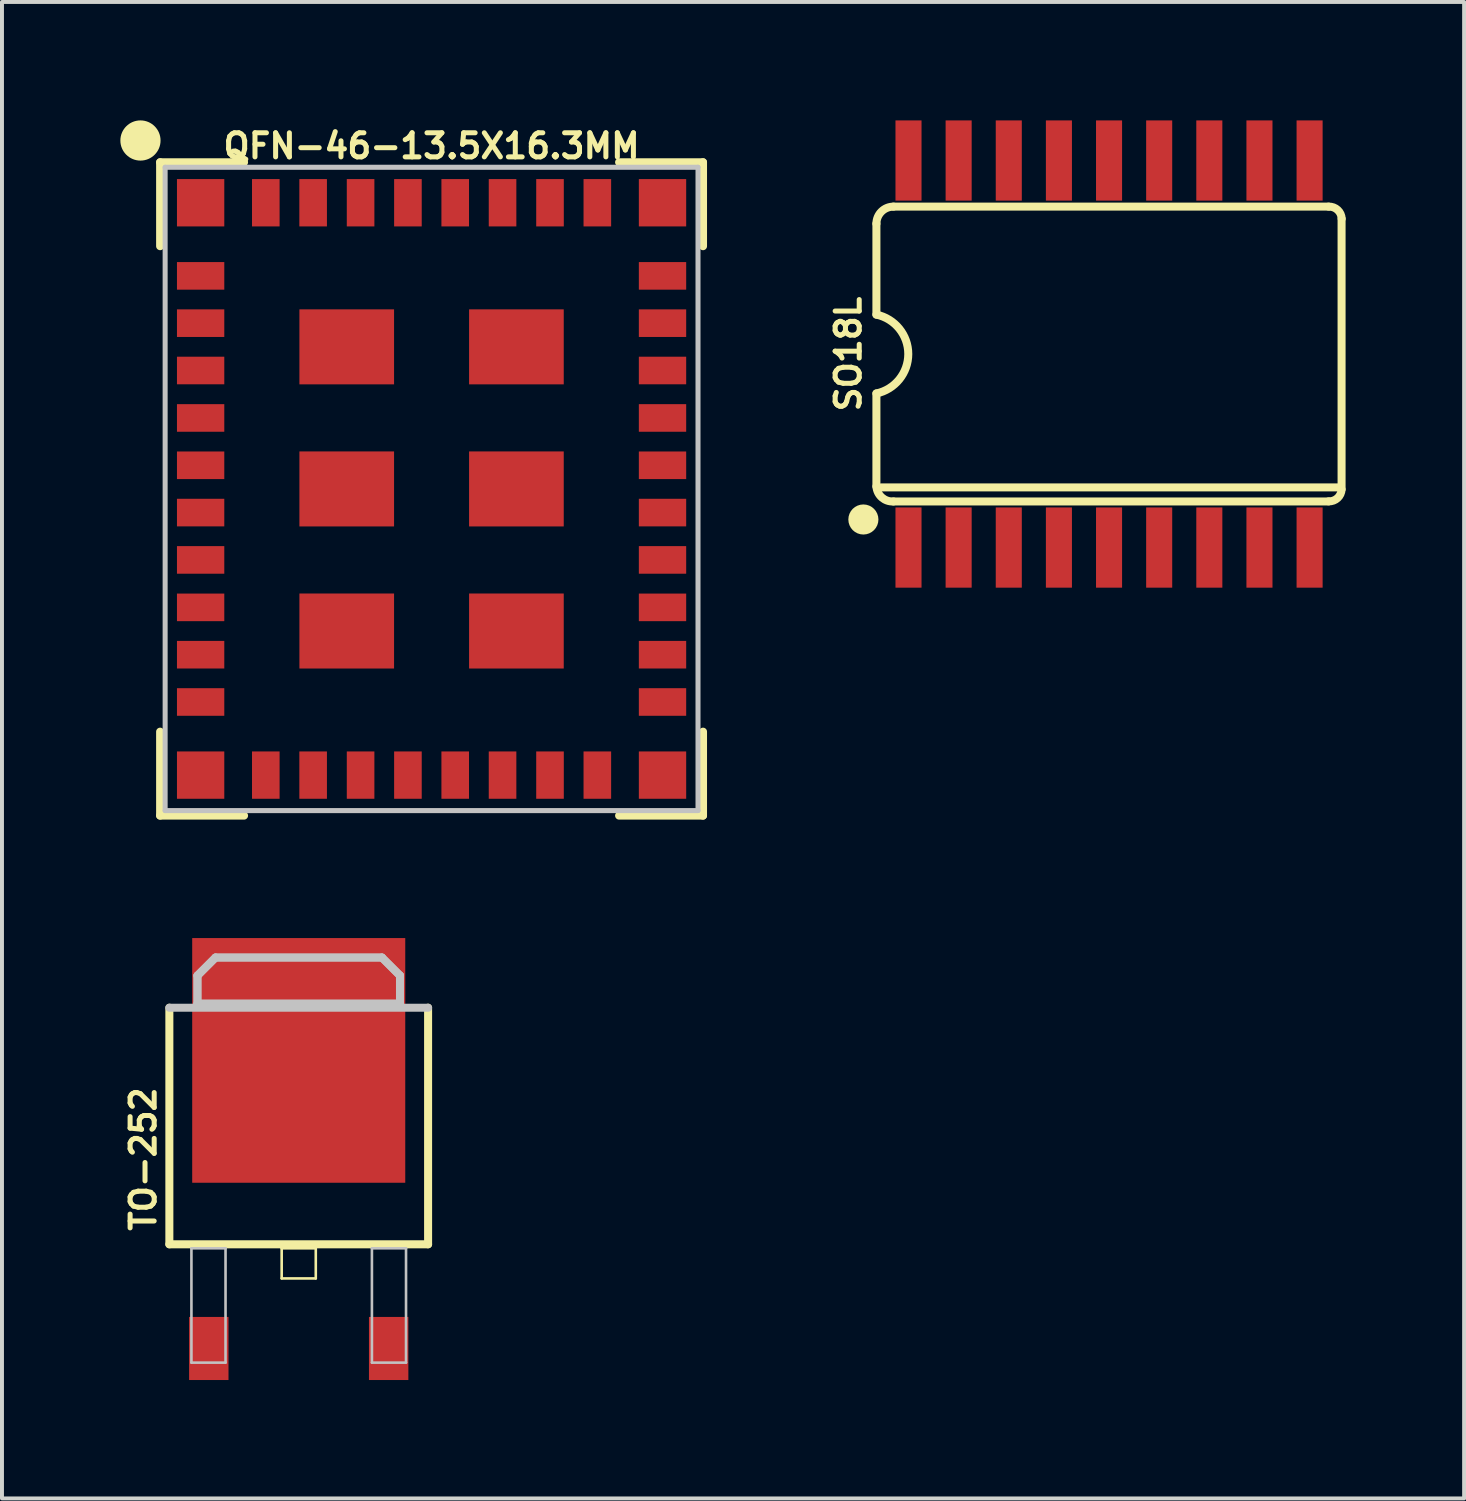
<source format=kicad_pcb>
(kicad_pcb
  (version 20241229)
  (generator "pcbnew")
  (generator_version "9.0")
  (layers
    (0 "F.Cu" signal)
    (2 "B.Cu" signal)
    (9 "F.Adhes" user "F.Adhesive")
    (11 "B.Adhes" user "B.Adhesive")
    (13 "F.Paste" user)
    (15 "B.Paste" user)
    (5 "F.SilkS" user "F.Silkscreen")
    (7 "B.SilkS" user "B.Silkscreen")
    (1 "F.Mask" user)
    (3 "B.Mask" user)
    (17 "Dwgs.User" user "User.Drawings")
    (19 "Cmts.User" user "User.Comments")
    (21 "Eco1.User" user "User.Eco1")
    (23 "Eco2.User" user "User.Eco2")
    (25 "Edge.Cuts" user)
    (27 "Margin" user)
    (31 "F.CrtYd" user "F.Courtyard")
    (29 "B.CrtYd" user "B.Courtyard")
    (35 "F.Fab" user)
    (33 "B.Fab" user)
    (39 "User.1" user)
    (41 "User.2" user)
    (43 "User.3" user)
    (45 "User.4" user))
  (footprint "QFN-46-13.5X16.3MM"
    (layer "F.Cu")
    (at 7.882 9.335)
    (property "Reference" "QFN-46-13.5X16.3MM" (at 0 -8.687 0) (layer "F.SilkS") (effects (font (size 0.61 0.61) (thickness 0.127))))
    (attr smd)
    (fp_line (start -6.876 -8.275) (end -4.75 -8.275) (stroke (width 0.203) (type solid)) (layer "F.SilkS"))
    (fp_line (start -6.876 -6.149) (end -6.876 -8.275) (stroke (width 0.203) (type solid)) (layer "F.SilkS"))
    (fp_line (start -6.876 8.275) (end -6.876 6.149) (stroke (width 0.203) (type solid)) (layer "F.SilkS"))
    (fp_line (start -4.75 8.275) (end -6.876 8.275) (stroke (width 0.203) (type solid)) (layer "F.SilkS"))
    (fp_line (start 4.75 -8.275) (end 6.876 -8.275) (stroke (width 0.203) (type solid)) (layer "F.SilkS"))
    (fp_line (start 6.876 -8.275) (end 6.876 -6.149) (stroke (width 0.203) (type solid)) (layer "F.SilkS"))
    (fp_line (start 6.876 6.149) (end 6.876 8.275) (stroke (width 0.203) (type solid)) (layer "F.SilkS"))
    (fp_line (start 6.876 8.275) (end 4.75 8.275) (stroke (width 0.203) (type solid)) (layer "F.SilkS"))
    (fp_circle (center -7.374 -8.826) (end -7.374 -9.335) (stroke (width 0) (type solid)) (fill yes) (layer "F.SilkS"))
    (fp_line (start -6.749 -8.148) (end 6.749 -8.148) (stroke (width 0.127) (type solid)) (layer "Dwgs.User"))
    (fp_line (start -6.749 8.148) (end -6.749 -8.148) (stroke (width 0.127) (type solid)) (layer "Dwgs.User"))
    (fp_line (start 6.749 -8.148) (end 6.749 8.148) (stroke (width 0.127) (type solid)) (layer "Dwgs.User"))
    (fp_line (start 6.749 8.148) (end -6.749 8.148) (stroke (width 0.127) (type solid)) (layer "Dwgs.User"))
    (pad "GND@" smd rect (at -5.85 -7.249) (size 1.199 1.199) (layers "F.Cu" "F.Mask" "F.Paste"))
    (pad "GND@" smd rect (at -5.85 7.249) (size 1.199 1.199) (layers "F.Cu" "F.Mask" "F.Paste"))
    (pad "GND@" smd rect (at -2.149 -3.599) (size 2.398 1.9) (layers "F.Cu" "F.Mask" "F.Paste"))
    (pad "GND@" smd rect (at -2.149 0) (size 2.398 1.9) (layers "F.Cu" "F.Mask" "F.Paste"))
    (pad "GND@" smd rect (at -2.149 3.599) (size 2.398 1.9) (layers "F.Cu" "F.Mask" "F.Paste"))
    (pad "GND@" smd rect (at 2.149 -3.599) (size 2.398 1.9) (layers "F.Cu" "F.Mask" "F.Paste"))
    (pad "GND@" smd rect (at 2.149 0) (size 2.398 1.9) (layers "F.Cu" "F.Mask" "F.Paste"))
    (pad "GND@" smd rect (at 2.149 3.599) (size 2.398 1.9) (layers "F.Cu" "F.Mask" "F.Paste"))
    (pad "GND@" smd rect (at 5.85 -7.249) (size 1.199 1.199) (layers "F.Cu" "F.Mask" "F.Paste"))
    (pad "GND@" smd rect (at 5.85 7.249) (size 1.199 1.199) (layers "F.Cu" "F.Mask" "F.Paste"))
    (pad "P$1" smd rect (at -5.85 -5.397) (size 1.199 0.699) (layers "F.Cu" "F.Mask" "F.Paste"))
    (pad "P$2" smd rect (at -5.85 -4.199) (size 1.199 0.699) (layers "F.Cu" "F.Mask" "F.Paste"))
    (pad "P$3" smd rect (at -5.85 -3) (size 1.199 0.699) (layers "F.Cu" "F.Mask" "F.Paste"))
    (pad "P$4" smd rect (at -5.85 -1.798) (size 1.199 0.699) (layers "F.Cu" "F.Mask" "F.Paste"))
    (pad "P$5" smd rect (at -5.85 -0.599) (size 1.199 0.699) (layers "F.Cu" "F.Mask" "F.Paste"))
    (pad "P$6" smd rect (at -5.85 0.599) (size 1.199 0.699) (layers "F.Cu" "F.Mask" "F.Paste"))
    (pad "P$7" smd rect (at -5.85 1.798) (size 1.199 0.699) (layers "F.Cu" "F.Mask" "F.Paste"))
    (pad "P$8" smd rect (at -5.85 3) (size 1.199 0.699) (layers "F.Cu" "F.Mask" "F.Paste"))
    (pad "P$9" smd rect (at -5.85 4.199) (size 1.199 0.699) (layers "F.Cu" "F.Mask" "F.Paste"))
    (pad "P$10" smd rect (at -5.85 5.397) (size 1.199 0.699) (layers "F.Cu" "F.Mask" "F.Paste"))
    (pad "P$11" smd rect (at -4.199 7.249 90) (size 1.199 0.699) (layers "F.Cu" "F.Mask" "F.Paste"))
    (pad "P$12" smd rect (at -3 7.249 90) (size 1.199 0.699) (layers "F.Cu" "F.Mask" "F.Paste"))
    (pad "P$13" smd rect (at -1.798 7.249 90) (size 1.199 0.699) (layers "F.Cu" "F.Mask" "F.Paste"))
    (pad "P$14" smd rect (at -0.599 7.249 90) (size 1.199 0.699) (layers "F.Cu" "F.Mask" "F.Paste"))
    (pad "P$15" smd rect (at 0.599 7.249 90) (size 1.199 0.699) (layers "F.Cu" "F.Mask" "F.Paste"))
    (pad "P$16" smd rect (at 1.798 7.249 90) (size 1.199 0.699) (layers "F.Cu" "F.Mask" "F.Paste"))
    (pad "P$17" smd rect (at 3 7.249 90) (size 1.199 0.699) (layers "F.Cu" "F.Mask" "F.Paste"))
    (pad "P$18" smd rect (at 4.199 7.249 90) (size 1.199 0.699) (layers "F.Cu" "F.Mask" "F.Paste"))
    (pad "P$19" smd rect (at 5.85 5.397) (size 1.199 0.699) (layers "F.Cu" "F.Mask" "F.Paste"))
    (pad "P$20" smd rect (at 5.85 4.199) (size 1.199 0.699) (layers "F.Cu" "F.Mask" "F.Paste"))
    (pad "P$21" smd rect (at 5.85 3) (size 1.199 0.699) (layers "F.Cu" "F.Mask" "F.Paste"))
    (pad "P$22" smd rect (at 5.85 1.798) (size 1.199 0.699) (layers "F.Cu" "F.Mask" "F.Paste"))
    (pad "P$23" smd rect (at 5.85 0.599) (size 1.199 0.699) (layers "F.Cu" "F.Mask" "F.Paste"))
    (pad "P$24" smd rect (at 5.85 -0.599) (size 1.199 0.699) (layers "F.Cu" "F.Mask" "F.Paste"))
    (pad "P$25" smd rect (at 5.85 -1.798) (size 1.199 0.699) (layers "F.Cu" "F.Mask" "F.Paste"))
    (pad "P$26" smd rect (at 5.85 -3) (size 1.199 0.699) (layers "F.Cu" "F.Mask" "F.Paste"))
    (pad "P$27" smd rect (at 5.85 -4.199) (size 1.199 0.699) (layers "F.Cu" "F.Mask" "F.Paste"))
    (pad "P$28" smd rect (at 5.85 -5.397) (size 1.199 0.699) (layers "F.Cu" "F.Mask" "F.Paste"))
    (pad "P$29" smd rect (at 4.199 -7.249 270) (size 1.199 0.699) (layers "F.Cu" "F.Mask" "F.Paste"))
    (pad "P$30" smd rect (at 3 -7.249 270) (size 1.199 0.699) (layers "F.Cu" "F.Mask" "F.Paste"))
    (pad "P$31" smd rect (at 1.798 -7.249 270) (size 1.199 0.699) (layers "F.Cu" "F.Mask" "F.Paste"))
    (pad "P$32" smd rect (at 0.599 -7.249 270) (size 1.199 0.699) (layers "F.Cu" "F.Mask" "F.Paste"))
    (pad "P$33" smd rect (at -0.599 -7.249 270) (size 1.199 0.699) (layers "F.Cu" "F.Mask" "F.Paste"))
    (pad "P$34" smd rect (at -1.798 -7.249 270) (size 1.199 0.699) (layers "F.Cu" "F.Mask" "F.Paste"))
    (pad "P$35" smd rect (at -3 -7.249 270) (size 1.199 0.699) (layers "F.Cu" "F.Mask" "F.Paste"))
    (pad "P$36" smd rect (at -4.199 -7.249 270) (size 1.199 0.699) (layers "F.Cu" "F.Mask" "F.Paste")))
  (footprint "SO18L"
    (layer "F.Cu")
    (at 20.598 5.918)
    (property "Reference" "SO18L" (at -2.159 0 90) (layer "F.SilkS") (effects (font (size 0.61 0.61) (thickness 0.127))))
    (attr smd)
    (fp_line (start -1.448 -3.302) (end -1.448 -0.998) (stroke (width 0.203) (type solid)) (layer "F.SilkS"))
    (fp_line (start -1.448 0.998) (end -1.448 3.353) (stroke (width 0.203) (type solid)) (layer "F.SilkS"))
    (fp_line (start -1.326 3.378) (end 10.262 3.378) (stroke (width 0.203) (type solid)) (layer "F.SilkS"))
    (fp_line (start -1.016 3.734) (end 10.008 3.734) (stroke (width 0.203) (type solid)) (layer "F.SilkS"))
    (fp_line (start 10.008 -3.734) (end -1.016 -3.734) (stroke (width 0.203) (type solid)) (layer "F.SilkS"))
    (fp_line (start 10.335 3.429) (end 10.335 -3.429) (stroke (width 0.203) (type solid)) (layer "F.SilkS"))
    (fp_arc (start -1.4478 -3.302) (mid -1.321329 -3.607329) (end -1.016 -3.7338) (stroke (width 0.2032) (type solid)) (layer "F.SilkS"))
    (fp_arc (start -1.4478 -0.99822) (mid -0.640393 0.000265) (end -1.448319 0.998331) (stroke (width 0.2032) (type solid)) (layer "F.SilkS"))
    (fp_arc (start -1.016 3.7338) (mid -1.310808 3.632729) (end -1.4478 3.3528) (stroke (width 0.2032) (type solid)) (layer "F.SilkS"))
    (fp_arc (start 10.0076 -3.7338) (mid 10.235826 -3.649787) (end 10.3378 -3.429) (stroke (width 0.2032) (type solid)) (layer "F.SilkS"))
    (fp_arc (start 10.33526 3.429) (mid 10.23403 3.647991) (end 10.0076 3.73126) (stroke (width 0.2032) (type solid)) (layer "F.SilkS"))
    (fp_circle (center -1.778 4.191) (end -1.651 4.191) (stroke (width 0.254) (type solid)) (fill no) (layer "F.SilkS"))
    (fp_circle (center -1.778 4.191) (end -1.524 4.191) (stroke (width 0.254) (type solid)) (fill no) (layer "F.SilkS"))
    (pad "1" smd rect (at -0.635 4.902) (size 0.66 2.032) (layers "F.Cu" "F.Mask" "F.Paste"))
    (pad "2" smd rect (at 0.635 4.902) (size 0.66 2.032) (layers "F.Cu" "F.Mask" "F.Paste"))
    (pad "3" smd rect (at 1.905 4.902) (size 0.66 2.032) (layers "F.Cu" "F.Mask" "F.Paste"))
    (pad "4" smd rect (at 3.175 4.902) (size 0.66 2.032) (layers "F.Cu" "F.Mask" "F.Paste"))
    (pad "5" smd rect (at 4.445 4.902) (size 0.66 2.032) (layers "F.Cu" "F.Mask" "F.Paste"))
    (pad "6" smd rect (at 5.715 4.902) (size 0.66 2.032) (layers "F.Cu" "F.Mask" "F.Paste"))
    (pad "7" smd rect (at 6.985 4.902) (size 0.66 2.032) (layers "F.Cu" "F.Mask" "F.Paste"))
    (pad "8" smd rect (at 8.255 4.902) (size 0.66 2.032) (layers "F.Cu" "F.Mask" "F.Paste"))
    (pad "9" smd rect (at 9.525 4.902) (size 0.66 2.032) (layers "F.Cu" "F.Mask" "F.Paste"))
    (pad "10" smd rect (at 9.525 -4.902) (size 0.66 2.032) (layers "F.Cu" "F.Mask" "F.Paste"))
    (pad "11" smd rect (at 8.255 -4.902) (size 0.66 2.032) (layers "F.Cu" "F.Mask" "F.Paste"))
    (pad "12" smd rect (at 6.985 -4.902) (size 0.66 2.032) (layers "F.Cu" "F.Mask" "F.Paste"))
    (pad "13" smd rect (at 5.715 -4.902) (size 0.66 2.032) (layers "F.Cu" "F.Mask" "F.Paste"))
    (pad "14" smd rect (at 4.445 -4.902) (size 0.66 2.032) (layers "F.Cu" "F.Mask" "F.Paste"))
    (pad "15" smd rect (at 3.175 -4.902) (size 0.66 2.032) (layers "F.Cu" "F.Mask" "F.Paste"))
    (pad "16" smd rect (at 1.905 -4.902) (size 0.66 2.032) (layers "F.Cu" "F.Mask" "F.Paste"))
    (pad "17" smd rect (at 0.635 -4.902) (size 0.66 2.032) (layers "F.Cu" "F.Mask" "F.Paste"))
    (pad "18" smd rect (at -0.635 -4.902) (size 0.66 2.032) (layers "F.Cu" "F.Mask" "F.Paste")))
  (footprint "TO-252"
    (layer "F.Cu")
    (at 4.517 26.31)
    (property "Reference" "TO-252" (at -3.937 0 90) (layer "F.SilkS") (effects (font (size 0.61 0.61) (thickness 0.127))))
    (attr smd)
    (fp_line (start -3.277 2.159) (end -3.277 -3.835) (stroke (width 0.203) (type solid)) (layer "F.SilkS"))
    (fp_line (start -0.432 2.261) (end 0.432 2.261) (stroke (width 0.066) (type solid)) (layer "F.SilkS"))
    (fp_line (start -0.432 3.023) (end -0.432 2.261) (stroke (width 0.066) (type solid)) (layer "F.SilkS"))
    (fp_line (start -0.432 3.023) (end 0.432 3.023) (stroke (width 0.066) (type solid)) (layer "F.SilkS"))
    (fp_line (start 0.432 3.023) (end 0.432 2.261) (stroke (width 0.066) (type solid)) (layer "F.SilkS"))
    (fp_line (start 3.277 -3.835) (end 3.277 2.159) (stroke (width 0.203) (type solid)) (layer "F.SilkS"))
    (fp_line (start 3.277 2.159) (end -3.277 2.159) (stroke (width 0.203) (type solid)) (layer "F.SilkS"))
    (fp_line (start -3.277 -3.833) (end 3.277 -3.833) (stroke (width 0.203) (type solid)) (layer "Dwgs.User"))
    (fp_line (start -2.718 2.261) (end -1.854 2.261) (stroke (width 0.066) (type solid)) (layer "Dwgs.User"))
    (fp_line (start -2.718 5.156) (end -2.718 2.261) (stroke (width 0.066) (type solid)) (layer "Dwgs.User"))
    (fp_line (start -2.718 5.156) (end -1.854 5.156) (stroke (width 0.066) (type solid)) (layer "Dwgs.User"))
    (fp_line (start -2.565 -4.648) (end -2.108 -5.105) (stroke (width 0.198) (type solid)) (layer "Dwgs.User"))
    (fp_line (start -2.565 -4.648) (end -2.108 -5.105) (stroke (width 0.203) (type solid)) (layer "Dwgs.User"))
    (fp_line (start -2.565 -3.937) (end -2.565 -4.648) (stroke (width 0.198) (type solid)) (layer "Dwgs.User"))
    (fp_line (start -2.565 -3.937) (end -2.565 -4.648) (stroke (width 0.203) (type solid)) (layer "Dwgs.User"))
    (fp_line (start -2.108 -5.105) (end 2.108 -5.105) (stroke (width 0.198) (type solid)) (layer "Dwgs.User"))
    (fp_line (start -2.108 -5.105) (end 2.108 -5.105) (stroke (width 0.203) (type solid)) (layer "Dwgs.User"))
    (fp_line (start -1.854 5.156) (end -1.854 2.261) (stroke (width 0.066) (type solid)) (layer "Dwgs.User"))
    (fp_line (start 1.854 2.261) (end 2.718 2.261) (stroke (width 0.066) (type solid)) (layer "Dwgs.User"))
    (fp_line (start 1.854 5.156) (end 1.854 2.261) (stroke (width 0.066) (type solid)) (layer "Dwgs.User"))
    (fp_line (start 1.854 5.156) (end 2.718 5.156) (stroke (width 0.066) (type solid)) (layer "Dwgs.User"))
    (fp_line (start 2.108 -5.105) (end 2.565 -4.648) (stroke (width 0.198) (type solid)) (layer "Dwgs.User"))
    (fp_line (start 2.108 -5.105) (end 2.565 -4.648) (stroke (width 0.203) (type solid)) (layer "Dwgs.User"))
    (fp_line (start 2.565 -4.648) (end 2.565 -3.937) (stroke (width 0.198) (type solid)) (layer "Dwgs.User"))
    (fp_line (start 2.565 -4.648) (end 2.565 -3.937) (stroke (width 0.203) (type solid)) (layer "Dwgs.User"))
    (fp_line (start 2.565 -3.937) (end -2.565 -3.937) (stroke (width 0.198) (type solid)) (layer "Dwgs.User"))
    (fp_line (start 2.565 -3.937) (end -2.565 -3.937) (stroke (width 0.203) (type solid)) (layer "Dwgs.User"))
    (fp_line (start 2.718 5.156) (end 2.718 2.261) (stroke (width 0.066) (type solid)) (layer "Dwgs.User"))
    (pad "1" smd rect (at -2.278 4.798) (size 0.998 1.598) (layers "F.Cu" "F.Mask" "F.Paste"))
    (pad "2" smd rect (at 2.278 4.798) (size 0.998 1.598) (layers "F.Cu" "F.Mask" "F.Paste"))
    (pad "3" smd rect (at 0 -2.499) (size 5.397 6.198) (layers "F.Cu" "F.Mask" "F.Paste")))
  (gr_rect
    (start -3 -3)
    (end 34.037 34.906)
    (stroke (width 0.1) (type default))
    (fill no)
    (layer "Edge.Cuts")))
</source>
